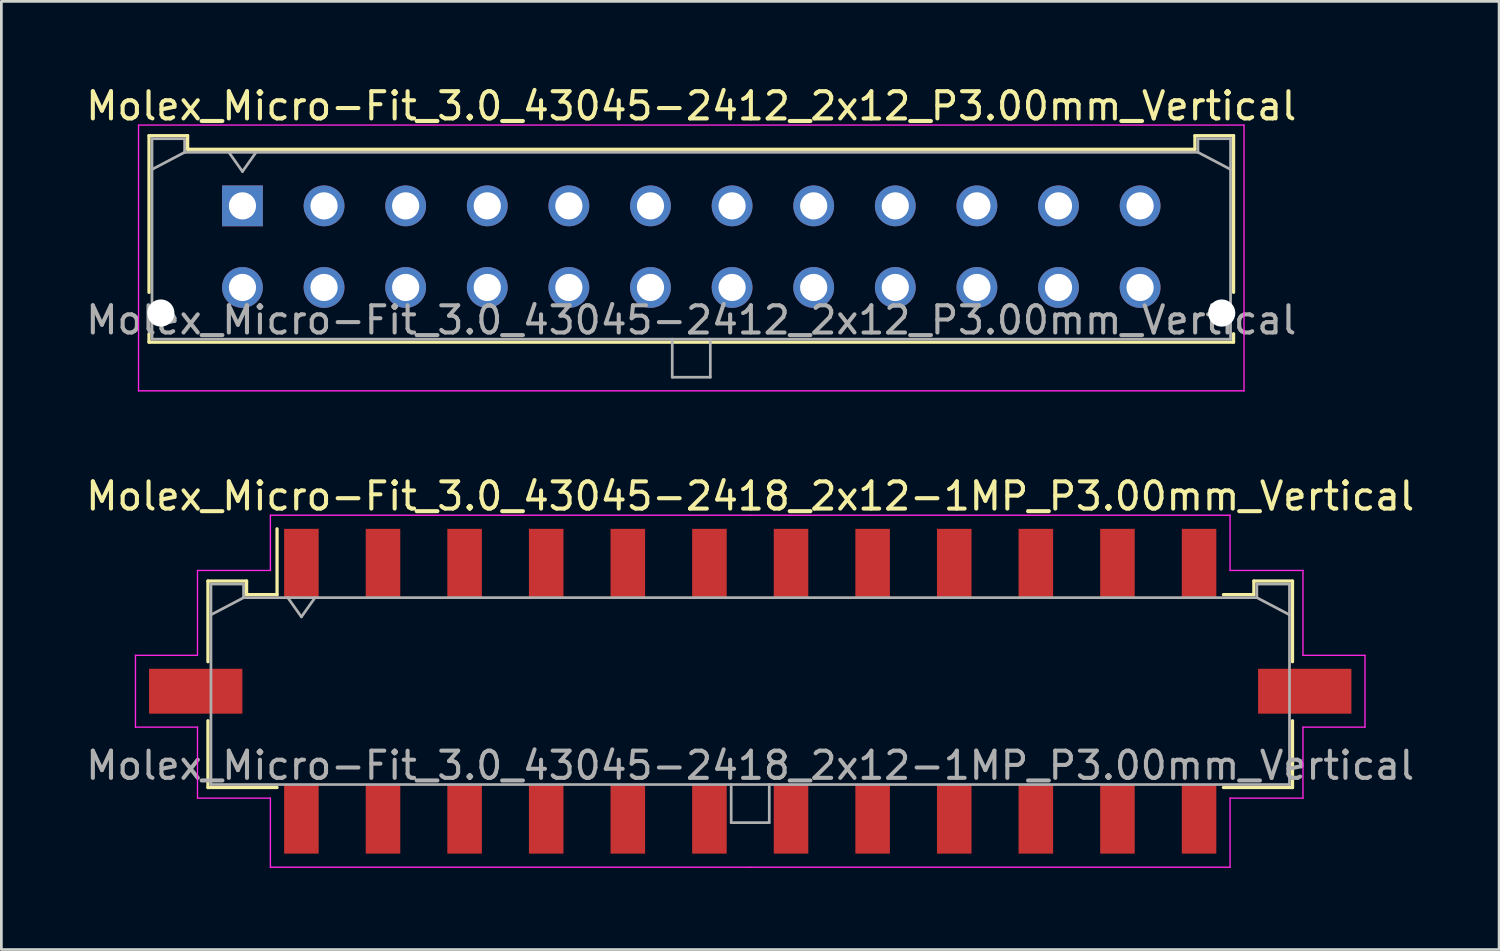
<source format=kicad_pcb>
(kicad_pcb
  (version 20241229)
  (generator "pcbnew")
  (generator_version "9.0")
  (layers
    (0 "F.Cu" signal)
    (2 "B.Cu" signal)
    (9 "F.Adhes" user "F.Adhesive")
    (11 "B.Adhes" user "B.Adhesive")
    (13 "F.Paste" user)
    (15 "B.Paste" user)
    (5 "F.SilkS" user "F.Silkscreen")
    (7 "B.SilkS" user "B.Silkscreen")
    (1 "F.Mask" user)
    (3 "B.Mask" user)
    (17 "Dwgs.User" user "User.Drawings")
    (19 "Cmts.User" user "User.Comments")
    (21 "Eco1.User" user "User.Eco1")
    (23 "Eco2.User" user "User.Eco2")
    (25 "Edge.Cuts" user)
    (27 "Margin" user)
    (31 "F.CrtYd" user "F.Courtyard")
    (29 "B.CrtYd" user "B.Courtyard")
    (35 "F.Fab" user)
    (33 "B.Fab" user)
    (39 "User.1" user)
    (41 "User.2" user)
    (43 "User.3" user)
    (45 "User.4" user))
  (footprint "Molex_Micro-Fit_3.0_43045-2418_2x12-1MP_P3.00mm_Vertical"
    (layer "F.Cu")
    (at 24.53 22.361)
    (property "Reference" "Molex_Micro-Fit_3.0_43045-2418_2x12-1MP_P3.00mm_Vertical" (at 0 -7.17 0) (layer "F.SilkS") (effects (font (size 1 1) (thickness 0.15))))
    (attr smd)
    (fp_line (start -19.935 -4.05) (end -18.515 -4.05) (stroke (width 0.12) (type solid)) (layer "F.SilkS"))
    (fp_line (start -19.935 -1.085) (end -19.935 -4.05) (stroke (width 0.12) (type solid)) (layer "F.SilkS"))
    (fp_line (start -19.935 1.085) (end -19.935 3.54) (stroke (width 0.12) (type solid)) (layer "F.SilkS"))
    (fp_line (start -19.935 3.54) (end -17.395 3.54) (stroke (width 0.12) (type solid)) (layer "F.SilkS"))
    (fp_line (start -18.515 -4.05) (end -18.515 -3.55) (stroke (width 0.12) (type solid)) (layer "F.SilkS"))
    (fp_line (start -18.515 -3.55) (end -17.395 -3.55) (stroke (width 0.12) (type solid)) (layer "F.SilkS"))
    (fp_line (start -17.395 -3.55) (end -17.395 -5.97) (stroke (width 0.12) (type solid)) (layer "F.SilkS"))
    (fp_line (start 18.515 -4.05) (end 18.515 -3.55) (stroke (width 0.12) (type solid)) (layer "F.SilkS"))
    (fp_line (start 18.515 -3.55) (end 17.395 -3.55) (stroke (width 0.12) (type solid)) (layer "F.SilkS"))
    (fp_line (start 19.935 -4.05) (end 18.515 -4.05) (stroke (width 0.12) (type solid)) (layer "F.SilkS"))
    (fp_line (start 19.935 -1.085) (end 19.935 -4.05) (stroke (width 0.12) (type solid)) (layer "F.SilkS"))
    (fp_line (start 19.935 1.085) (end 19.935 3.54) (stroke (width 0.12) (type solid)) (layer "F.SilkS"))
    (fp_line (start 19.935 3.54) (end 17.395 3.54) (stroke (width 0.12) (type solid)) (layer "F.SilkS"))
    (fp_line (start -22.6 -1.32) (end -22.6 1.32) (stroke (width 0.05) (type solid)) (layer "F.CrtYd"))
    (fp_line (start -22.6 1.32) (end -20.32 1.32) (stroke (width 0.05) (type solid)) (layer "F.CrtYd"))
    (fp_line (start -20.32 -4.44) (end -20.32 -1.32) (stroke (width 0.05) (type solid)) (layer "F.CrtYd"))
    (fp_line (start -20.32 -1.32) (end -22.6 -1.32) (stroke (width 0.05) (type solid)) (layer "F.CrtYd"))
    (fp_line (start -20.32 1.32) (end -20.32 3.93) (stroke (width 0.05) (type solid)) (layer "F.CrtYd"))
    (fp_line (start -20.32 3.93) (end -17.64 3.93) (stroke (width 0.05) (type solid)) (layer "F.CrtYd"))
    (fp_line (start -17.64 -6.47) (end -17.64 -4.44) (stroke (width 0.05) (type solid)) (layer "F.CrtYd"))
    (fp_line (start -17.64 -4.44) (end -20.32 -4.44) (stroke (width 0.05) (type solid)) (layer "F.CrtYd"))
    (fp_line (start -17.64 3.93) (end -17.64 6.47) (stroke (width 0.05) (type solid)) (layer "F.CrtYd"))
    (fp_line (start -17.64 6.47) (end 0 6.47) (stroke (width 0.05) (type solid)) (layer "F.CrtYd"))
    (fp_line (start 0 -6.47) (end -17.64 -6.47) (stroke (width 0.05) (type solid)) (layer "F.CrtYd"))
    (fp_line (start 0 -6.47) (end 17.64 -6.47) (stroke (width 0.05) (type solid)) (layer "F.CrtYd"))
    (fp_line (start 17.64 -6.47) (end 17.64 -4.44) (stroke (width 0.05) (type solid)) (layer "F.CrtYd"))
    (fp_line (start 17.64 -4.44) (end 20.32 -4.44) (stroke (width 0.05) (type solid)) (layer "F.CrtYd"))
    (fp_line (start 17.64 3.93) (end 17.64 6.47) (stroke (width 0.05) (type solid)) (layer "F.CrtYd"))
    (fp_line (start 17.64 6.47) (end 0 6.47) (stroke (width 0.05) (type solid)) (layer "F.CrtYd"))
    (fp_line (start 20.32 -4.44) (end 20.32 -1.32) (stroke (width 0.05) (type solid)) (layer "F.CrtYd"))
    (fp_line (start 20.32 -1.32) (end 22.6 -1.32) (stroke (width 0.05) (type solid)) (layer "F.CrtYd"))
    (fp_line (start 20.32 1.32) (end 20.32 3.93) (stroke (width 0.05) (type solid)) (layer "F.CrtYd"))
    (fp_line (start 20.32 3.93) (end 17.64 3.93) (stroke (width 0.05) (type solid)) (layer "F.CrtYd"))
    (fp_line (start 22.6 -1.32) (end 22.6 1.32) (stroke (width 0.05) (type solid)) (layer "F.CrtYd"))
    (fp_line (start 22.6 1.32) (end 20.32 1.32) (stroke (width 0.05) (type solid)) (layer "F.CrtYd"))
    (fp_line (start -19.825 -3.94) (end -19.825 3.43) (stroke (width 0.1) (type solid)) (layer "F.Fab"))
    (fp_line (start -19.825 -2.81) (end -18.625 -3.44) (stroke (width 0.1) (type solid)) (layer "F.Fab"))
    (fp_line (start -19.825 3.43) (end 19.825 3.43) (stroke (width 0.1) (type solid)) (layer "F.Fab"))
    (fp_line (start -18.625 -3.94) (end -19.825 -3.94) (stroke (width 0.1) (type solid)) (layer "F.Fab"))
    (fp_line (start -18.625 -3.44) (end -18.625 -3.94) (stroke (width 0.1) (type solid)) (layer "F.Fab"))
    (fp_line (start -17 -3.44) (end -16.5 -2.733) (stroke (width 0.1) (type solid)) (layer "F.Fab"))
    (fp_line (start -16.5 -2.733) (end -16 -3.44) (stroke (width 0.1) (type solid)) (layer "F.Fab"))
    (fp_line (start -0.7 3.43) (end -0.7 4.83) (stroke (width 0.1) (type solid)) (layer "F.Fab"))
    (fp_line (start -0.7 4.83) (end 0.7 4.83) (stroke (width 0.1) (type solid)) (layer "F.Fab"))
    (fp_line (start 0.7 4.83) (end 0.7 3.43) (stroke (width 0.1) (type solid)) (layer "F.Fab"))
    (fp_line (start 18.625 -3.94) (end 18.625 -3.44) (stroke (width 0.1) (type solid)) (layer "F.Fab"))
    (fp_line (start 18.625 -3.44) (end -18.625 -3.44) (stroke (width 0.1) (type solid)) (layer "F.Fab"))
    (fp_line (start 19.825 -3.94) (end 18.625 -3.94) (stroke (width 0.1) (type solid)) (layer "F.Fab"))
    (fp_line (start 19.825 -2.81) (end 18.625 -3.44) (stroke (width 0.1) (type solid)) (layer "F.Fab"))
    (fp_line (start 19.825 3.43) (end 19.825 -3.94) (stroke (width 0.1) (type solid)) (layer "F.Fab"))
    (fp_text user "${REFERENCE}" (at 0 2.73 0) (layer "F.Fab") (effects (font (size 1 1) (thickness 0.15))))
    (pad "1" smd rect (at -16.5 -4.7) (size 1.27 2.54) (layers "F.Cu" "F.Mask" "F.Paste"))
    (pad "2" smd rect (at -13.5 -4.7) (size 1.27 2.54) (layers "F.Cu" "F.Mask" "F.Paste"))
    (pad "3" smd rect (at -10.5 -4.7) (size 1.27 2.54) (layers "F.Cu" "F.Mask" "F.Paste"))
    (pad "4" smd rect (at -7.5 -4.7) (size 1.27 2.54) (layers "F.Cu" "F.Mask" "F.Paste"))
    (pad "5" smd rect (at -4.5 -4.7) (size 1.27 2.54) (layers "F.Cu" "F.Mask" "F.Paste"))
    (pad "6" smd rect (at -1.5 -4.7) (size 1.27 2.54) (layers "F.Cu" "F.Mask" "F.Paste"))
    (pad "7" smd rect (at 1.5 -4.7) (size 1.27 2.54) (layers "F.Cu" "F.Mask" "F.Paste"))
    (pad "8" smd rect (at 4.5 -4.7) (size 1.27 2.54) (layers "F.Cu" "F.Mask" "F.Paste"))
    (pad "9" smd rect (at 7.5 -4.7) (size 1.27 2.54) (layers "F.Cu" "F.Mask" "F.Paste"))
    (pad "10" smd rect (at 10.5 -4.7) (size 1.27 2.54) (layers "F.Cu" "F.Mask" "F.Paste"))
    (pad "11" smd rect (at 13.5 -4.7) (size 1.27 2.54) (layers "F.Cu" "F.Mask" "F.Paste"))
    (pad "12" smd rect (at 16.5 -4.7) (size 1.27 2.54) (layers "F.Cu" "F.Mask" "F.Paste"))
    (pad "13" smd rect (at -16.5 4.7) (size 1.27 2.54) (layers "F.Cu" "F.Mask" "F.Paste"))
    (pad "14" smd rect (at -13.5 4.7) (size 1.27 2.54) (layers "F.Cu" "F.Mask" "F.Paste"))
    (pad "15" smd rect (at -10.5 4.7) (size 1.27 2.54) (layers "F.Cu" "F.Mask" "F.Paste"))
    (pad "16" smd rect (at -7.5 4.7) (size 1.27 2.54) (layers "F.Cu" "F.Mask" "F.Paste"))
    (pad "17" smd rect (at -4.5 4.7) (size 1.27 2.54) (layers "F.Cu" "F.Mask" "F.Paste"))
    (pad "18" smd rect (at -1.5 4.7) (size 1.27 2.54) (layers "F.Cu" "F.Mask" "F.Paste"))
    (pad "19" smd rect (at 1.5 4.7) (size 1.27 2.54) (layers "F.Cu" "F.Mask" "F.Paste"))
    (pad "20" smd rect (at 4.5 4.7) (size 1.27 2.54) (layers "F.Cu" "F.Mask" "F.Paste"))
    (pad "21" smd rect (at 7.5 4.7) (size 1.27 2.54) (layers "F.Cu" "F.Mask" "F.Paste"))
    (pad "22" smd rect (at 10.5 4.7) (size 1.27 2.54) (layers "F.Cu" "F.Mask" "F.Paste"))
    (pad "23" smd rect (at 13.5 4.7) (size 1.27 2.54) (layers "F.Cu" "F.Mask" "F.Paste"))
    (pad "24" smd rect (at 16.5 4.7) (size 1.27 2.54) (layers "F.Cu" "F.Mask" "F.Paste"))
    (pad "MP" smd rect (at -20.385 0) (size 3.43 1.65) (layers "F.Cu" "F.Mask" "F.Paste"))
    (pad "MP" smd rect (at 20.385 0) (size 3.43 1.65) (layers "F.Cu" "F.Mask" "F.Paste")))
  (footprint "Molex_Micro-Fit_3.0_43045-2412_2x12_P3.00mm_Vertical"
    (layer "F.Cu")
    (at 5.863 4.518)
    (property "Reference" "Molex_Micro-Fit_3.0_43045-2412_2x12_P3.00mm_Vertical" (at 16.5 -3.67 0) (layer "F.SilkS") (effects (font (size 1 1) (thickness 0.15))))
    (attr through_hole)
    (fp_line (start -3.435 -2.58) (end -2.015 -2.58) (stroke (width 0.12) (type solid)) (layer "F.SilkS"))
    (fp_line (start -3.435 3.18) (end -3.435 -2.58) (stroke (width 0.12) (type solid)) (layer "F.SilkS"))
    (fp_line (start -3.435 4.7) (end -3.435 5.01) (stroke (width 0.12) (type solid)) (layer "F.SilkS"))
    (fp_line (start -3.435 5.01) (end 36.435 5.01) (stroke (width 0.12) (type solid)) (layer "F.SilkS"))
    (fp_line (start -2.015 -2.58) (end -2.015 -2.08) (stroke (width 0.12) (type solid)) (layer "F.SilkS"))
    (fp_line (start -2.015 -2.08) (end 35.015 -2.08) (stroke (width 0.12) (type solid)) (layer "F.SilkS"))
    (fp_line (start 35.015 -2.58) (end 36.435 -2.58) (stroke (width 0.12) (type solid)) (layer "F.SilkS"))
    (fp_line (start 35.015 -2.08) (end 35.015 -2.58) (stroke (width 0.12) (type solid)) (layer "F.SilkS"))
    (fp_line (start 36.435 -2.58) (end 36.435 3.18) (stroke (width 0.12) (type solid)) (layer "F.SilkS"))
    (fp_line (start 36.435 5.01) (end 36.435 4.7) (stroke (width 0.12) (type solid)) (layer "F.SilkS"))
    (fp_line (start -3.82 -2.97) (end 36.82 -2.97) (stroke (width 0.05) (type solid)) (layer "F.CrtYd"))
    (fp_line (start -3.82 6.8) (end -3.82 -2.97) (stroke (width 0.05) (type solid)) (layer "F.CrtYd"))
    (fp_line (start 36.82 -2.97) (end 36.82 6.8) (stroke (width 0.05) (type solid)) (layer "F.CrtYd"))
    (fp_line (start 36.82 6.8) (end -3.82 6.8) (stroke (width 0.05) (type solid)) (layer "F.CrtYd"))
    (fp_line (start -3.325 -2.47) (end -3.325 4.9) (stroke (width 0.1) (type solid)) (layer "F.Fab"))
    (fp_line (start -3.325 -1.34) (end -2.125 -1.97) (stroke (width 0.1) (type solid)) (layer "F.Fab"))
    (fp_line (start -3.325 4.9) (end 36.325 4.9) (stroke (width 0.1) (type solid)) (layer "F.Fab"))
    (fp_line (start -2.125 -2.47) (end -3.325 -2.47) (stroke (width 0.1) (type solid)) (layer "F.Fab"))
    (fp_line (start -2.125 -1.97) (end -2.125 -2.47) (stroke (width 0.1) (type solid)) (layer "F.Fab"))
    (fp_line (start -0.5 -1.97) (end 0 -1.263) (stroke (width 0.1) (type solid)) (layer "F.Fab"))
    (fp_line (start 0 -1.263) (end 0.5 -1.97) (stroke (width 0.1) (type solid)) (layer "F.Fab"))
    (fp_line (start 15.8 4.9) (end 15.8 6.3) (stroke (width 0.1) (type solid)) (layer "F.Fab"))
    (fp_line (start 15.8 6.3) (end 17.2 6.3) (stroke (width 0.1) (type solid)) (layer "F.Fab"))
    (fp_line (start 17.2 6.3) (end 17.2 4.9) (stroke (width 0.1) (type solid)) (layer "F.Fab"))
    (fp_line (start 35.125 -2.47) (end 35.125 -1.97) (stroke (width 0.1) (type solid)) (layer "F.Fab"))
    (fp_line (start 35.125 -1.97) (end -2.125 -1.97) (stroke (width 0.1) (type solid)) (layer "F.Fab"))
    (fp_line (start 36.325 -2.47) (end 35.125 -2.47) (stroke (width 0.1) (type solid)) (layer "F.Fab"))
    (fp_line (start 36.325 -1.34) (end 35.125 -1.97) (stroke (width 0.1) (type solid)) (layer "F.Fab"))
    (fp_line (start 36.325 4.9) (end 36.325 -2.47) (stroke (width 0.1) (type solid)) (layer "F.Fab"))
    (fp_text user "${REFERENCE}" (at 16.5 4.2 0) (layer "F.Fab") (effects (font (size 1 1) (thickness 0.15))))
    (pad "" np_thru_hole circle (at -3 3.94) (size 1 1) (drill 1) (layers "*.Cu" "*.Mask"))
    (pad "" np_thru_hole circle (at 36 3.94) (size 1 1) (drill 1) (layers "*.Cu" "*.Mask"))
    (pad "1" thru_hole rect (at 0 0) (size 1.5 1.5) (drill 1) (layers "*.Cu" "*.Mask"))
    (pad "2" thru_hole circle (at 3 0) (size 1.5 1.5) (drill 1) (layers "*.Cu" "*.Mask"))
    (pad "3" thru_hole circle (at 6 0) (size 1.5 1.5) (drill 1) (layers "*.Cu" "*.Mask"))
    (pad "4" thru_hole circle (at 9 0) (size 1.5 1.5) (drill 1) (layers "*.Cu" "*.Mask"))
    (pad "5" thru_hole circle (at 12 0) (size 1.5 1.5) (drill 1) (layers "*.Cu" "*.Mask"))
    (pad "6" thru_hole circle (at 15 0) (size 1.5 1.5) (drill 1) (layers "*.Cu" "*.Mask"))
    (pad "7" thru_hole circle (at 18 0) (size 1.5 1.5) (drill 1) (layers "*.Cu" "*.Mask"))
    (pad "8" thru_hole circle (at 21 0) (size 1.5 1.5) (drill 1) (layers "*.Cu" "*.Mask"))
    (pad "9" thru_hole circle (at 24 0) (size 1.5 1.5) (drill 1) (layers "*.Cu" "*.Mask"))
    (pad "10" thru_hole circle (at 27 0) (size 1.5 1.5) (drill 1) (layers "*.Cu" "*.Mask"))
    (pad "11" thru_hole circle (at 30 0) (size 1.5 1.5) (drill 1) (layers "*.Cu" "*.Mask"))
    (pad "12" thru_hole circle (at 33 0) (size 1.5 1.5) (drill 1) (layers "*.Cu" "*.Mask"))
    (pad "13" thru_hole circle (at 0 3) (size 1.5 1.5) (drill 1) (layers "*.Cu" "*.Mask"))
    (pad "14" thru_hole circle (at 3 3) (size 1.5 1.5) (drill 1) (layers "*.Cu" "*.Mask"))
    (pad "15" thru_hole circle (at 6 3) (size 1.5 1.5) (drill 1) (layers "*.Cu" "*.Mask"))
    (pad "16" thru_hole circle (at 9 3) (size 1.5 1.5) (drill 1) (layers "*.Cu" "*.Mask"))
    (pad "17" thru_hole circle (at 12 3) (size 1.5 1.5) (drill 1) (layers "*.Cu" "*.Mask"))
    (pad "18" thru_hole circle (at 15 3) (size 1.5 1.5) (drill 1) (layers "*.Cu" "*.Mask"))
    (pad "19" thru_hole circle (at 18 3) (size 1.5 1.5) (drill 1) (layers "*.Cu" "*.Mask"))
    (pad "20" thru_hole circle (at 21 3) (size 1.5 1.5) (drill 1) (layers "*.Cu" "*.Mask"))
    (pad "21" thru_hole circle (at 24 3) (size 1.5 1.5) (drill 1) (layers "*.Cu" "*.Mask"))
    (pad "22" thru_hole circle (at 27 3) (size 1.5 1.5) (drill 1) (layers "*.Cu" "*.Mask"))
    (pad "23" thru_hole circle (at 30 3) (size 1.5 1.5) (drill 1) (layers "*.Cu" "*.Mask"))
    (pad "24" thru_hole circle (at 33 3) (size 1.5 1.5) (drill 1) (layers "*.Cu" "*.Mask")))
  (gr_rect
    (start -3 -3)
    (end 52.06 31.857)
    (stroke (width 0.1) (type default))
    (fill no)
    (layer "Edge.Cuts")))
</source>
